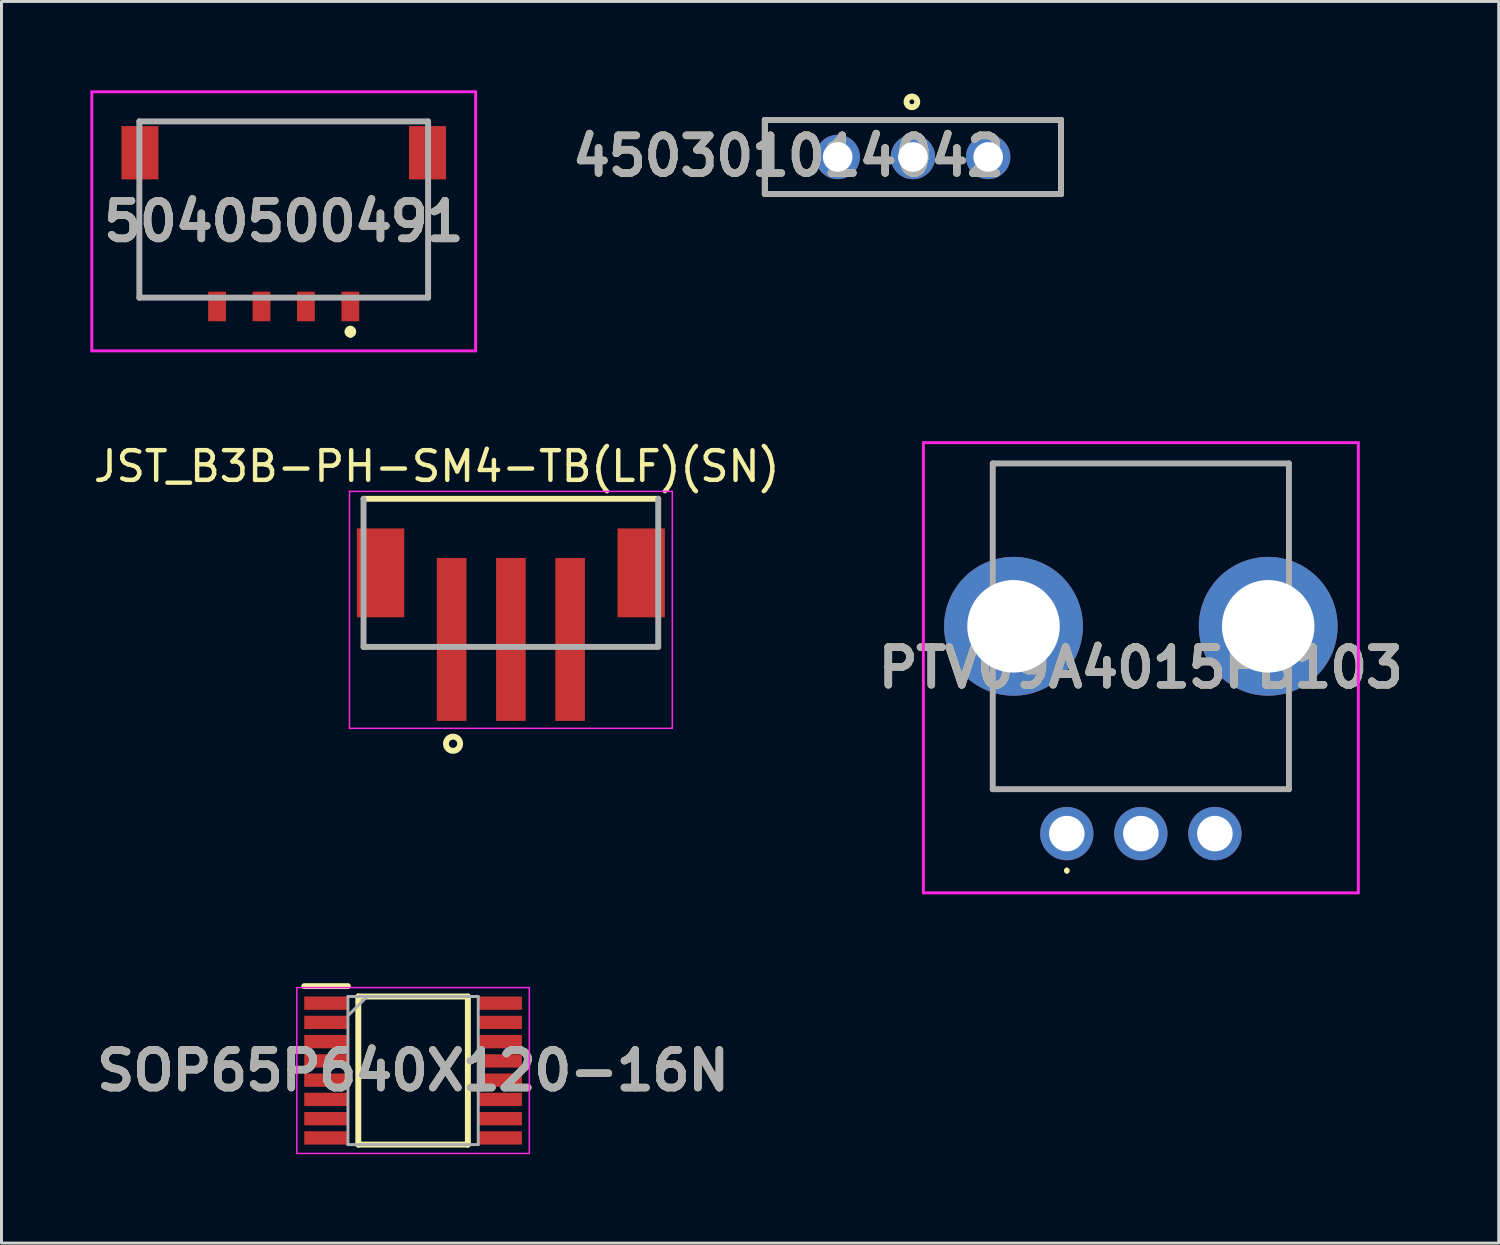
<source format=kicad_pcb>
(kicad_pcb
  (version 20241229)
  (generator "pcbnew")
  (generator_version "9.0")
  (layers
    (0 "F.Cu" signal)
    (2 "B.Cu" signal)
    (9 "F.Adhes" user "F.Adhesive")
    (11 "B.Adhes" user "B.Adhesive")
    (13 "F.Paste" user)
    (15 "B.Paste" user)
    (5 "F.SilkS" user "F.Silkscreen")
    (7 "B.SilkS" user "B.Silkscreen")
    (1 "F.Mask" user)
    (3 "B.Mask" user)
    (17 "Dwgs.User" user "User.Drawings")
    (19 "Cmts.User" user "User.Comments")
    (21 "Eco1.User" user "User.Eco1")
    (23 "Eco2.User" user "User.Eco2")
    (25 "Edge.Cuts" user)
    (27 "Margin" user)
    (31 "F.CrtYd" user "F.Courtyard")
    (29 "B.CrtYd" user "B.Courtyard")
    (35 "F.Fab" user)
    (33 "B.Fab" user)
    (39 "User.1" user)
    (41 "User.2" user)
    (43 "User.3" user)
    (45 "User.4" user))
  (footprint "SOP65P640X120-16N"
    (layer "F.Cu")
    (at 10.898 33.097)
    (property "Reference" "SOP65P640X120-16N" (at 0 0 0) (layer "F.SilkS") (effects (font (size 1.27 1.27) (thickness 0.254))))
    (attr smd)
    (fp_line (start -3.675 -2.85) (end -2.2 -2.85) (stroke (width 0.2) (type solid)) (layer "F.SilkS"))
    (fp_line (start -1.85 -2.5) (end 1.85 -2.5) (stroke (width 0.2) (type solid)) (layer "F.SilkS"))
    (fp_line (start -1.85 2.5) (end -1.85 -2.5) (stroke (width 0.2) (type solid)) (layer "F.SilkS"))
    (fp_line (start 1.85 -2.5) (end 1.85 2.5) (stroke (width 0.2) (type solid)) (layer "F.SilkS"))
    (fp_line (start 1.85 2.5) (end -1.85 2.5) (stroke (width 0.2) (type solid)) (layer "F.SilkS"))
    (fp_line (start -3.925 -2.8) (end 3.925 -2.8) (stroke (width 0.05) (type solid)) (layer "F.CrtYd"))
    (fp_line (start -3.925 2.8) (end -3.925 -2.8) (stroke (width 0.05) (type solid)) (layer "F.CrtYd"))
    (fp_line (start 3.925 -2.8) (end 3.925 2.8) (stroke (width 0.05) (type solid)) (layer "F.CrtYd"))
    (fp_line (start 3.925 2.8) (end -3.925 2.8) (stroke (width 0.05) (type solid)) (layer "F.CrtYd"))
    (fp_line (start -2.2 -2.5) (end 2.2 -2.5) (stroke (width 0.1) (type solid)) (layer "F.Fab"))
    (fp_line (start -2.2 -1.85) (end -1.55 -2.5) (stroke (width 0.1) (type solid)) (layer "F.Fab"))
    (fp_line (start -2.2 2.5) (end -2.2 -2.5) (stroke (width 0.1) (type solid)) (layer "F.Fab"))
    (fp_line (start 2.2 -2.5) (end 2.2 2.5) (stroke (width 0.1) (type solid)) (layer "F.Fab"))
    (fp_line (start 2.2 2.5) (end -2.2 2.5) (stroke (width 0.1) (type solid)) (layer "F.Fab"))
    (fp_text user "${REFERENCE}" (at 0 0 0) (layer "F.Fab") (effects (font (size 1.27 1.27) (thickness 0.254))))
    (pad "1" smd rect (at -2.938 -2.275 90) (size 0.45 1.475) (layers "F.Cu" "F.Mask" "F.Paste"))
    (pad "2" smd rect (at -2.938 -1.625 90) (size 0.45 1.475) (layers "F.Cu" "F.Mask" "F.Paste"))
    (pad "3" smd rect (at -2.938 -0.975 90) (size 0.45 1.475) (layers "F.Cu" "F.Mask" "F.Paste"))
    (pad "4" smd rect (at -2.938 -0.325 90) (size 0.45 1.475) (layers "F.Cu" "F.Mask" "F.Paste"))
    (pad "5" smd rect (at -2.938 0.325 90) (size 0.45 1.475) (layers "F.Cu" "F.Mask" "F.Paste"))
    (pad "6" smd rect (at -2.938 0.975 90) (size 0.45 1.475) (layers "F.Cu" "F.Mask" "F.Paste"))
    (pad "7" smd rect (at -2.938 1.625 90) (size 0.45 1.475) (layers "F.Cu" "F.Mask" "F.Paste"))
    (pad "8" smd rect (at -2.938 2.275 90) (size 0.45 1.475) (layers "F.Cu" "F.Mask" "F.Paste"))
    (pad "9" smd rect (at 2.938 2.275 90) (size 0.45 1.475) (layers "F.Cu" "F.Mask" "F.Paste"))
    (pad "10" smd rect (at 2.938 1.625 90) (size 0.45 1.475) (layers "F.Cu" "F.Mask" "F.Paste"))
    (pad "11" smd rect (at 2.938 0.975 90) (size 0.45 1.475) (layers "F.Cu" "F.Mask" "F.Paste"))
    (pad "12" smd rect (at 2.938 0.325 90) (size 0.45 1.475) (layers "F.Cu" "F.Mask" "F.Paste"))
    (pad "13" smd rect (at 2.938 -0.325 90) (size 0.45 1.475) (layers "F.Cu" "F.Mask" "F.Paste"))
    (pad "14" smd rect (at 2.938 -0.975 90) (size 0.45 1.475) (layers "F.Cu" "F.Mask" "F.Paste"))
    (pad "15" smd rect (at 2.938 -1.625 90) (size 0.45 1.475) (layers "F.Cu" "F.Mask" "F.Paste"))
    (pad "16" smd rect (at 2.938 -2.275 90) (size 0.45 1.475) (layers "F.Cu" "F.Mask" "F.Paste")))
  (footprint "JST_B3B-PH-SM4-TB(LF)(SN)"
    (layer "F.Cu")
    (at 14.2 16.292)
    (property "Reference" "JST_B3B-PH-SM4-TB(LF)(SN)" (at -2.506 -3.596 0) (layer "F.SilkS") (effects (font (size 1.002 1.002) (thickness 0.15))))
    (attr through_hole)
    (fp_line (start -4.975 -2.5) (end 4.975 -2.5) (stroke (width 0.2) (type solid)) (layer "F.SilkS"))
    (fp_circle (center -1.953 5.77) (end -1.713 5.77) (stroke (width 0.2) (type solid)) (fill no) (layer "F.SilkS"))
    (fp_line (start -5.45 -2.75) (end 5.45 -2.75) (stroke (width 0.05) (type solid)) (layer "F.CrtYd"))
    (fp_line (start -5.45 5.25) (end -5.45 -2.75) (stroke (width 0.05) (type solid)) (layer "F.CrtYd"))
    (fp_line (start 5.45 -2.75) (end 5.45 5.25) (stroke (width 0.05) (type solid)) (layer "F.CrtYd"))
    (fp_line (start 5.45 5.25) (end -5.45 5.25) (stroke (width 0.05) (type solid)) (layer "F.CrtYd"))
    (fp_line (start -4.975 2.5) (end -4.975 -2.5) (stroke (width 0.2) (type solid)) (layer "F.Fab"))
    (fp_line (start 4.975 -2.5) (end 4.975 2.5) (stroke (width 0.2) (type solid)) (layer "F.Fab"))
    (fp_line (start 4.975 2.5) (end -4.975 2.5) (stroke (width 0.2) (type solid)) (layer "F.Fab"))
    (pad "1" smd rect (at -2 2.25) (size 1 5.5) (layers "F.Cu" "F.Mask" "F.Paste"))
    (pad "2" smd rect (at 0 2.25) (size 1 5.5) (layers "F.Cu" "F.Mask" "F.Paste"))
    (pad "3" smd rect (at 2 2.25) (size 1 5.5) (layers "F.Cu" "F.Mask" "F.Paste"))
    (pad "4" smd rect (at 4.4 0) (size 1.6 3) (layers "F.Cu" "F.Mask" "F.Paste"))
    (pad "5" smd rect (at -4.4 0) (size 1.6 3) (layers "F.Cu" "F.Mask" "F.Paste")))
  (footprint "450301014042"
    (layer "F.Cu")
    (at 29.775 0.25)
    (property "Reference" "450301014042" (at -6.204 1.967 0) (layer "F.SilkS") (effects (font (size 1.27 1.27) (thickness 0.254))))
    (attr through_hole)
    (fp_line (start -7 0.75) (end 3 0.75) (stroke (width 0.2) (type solid)) (layer "F.SilkS"))
    (fp_line (start -7 3.25) (end -7 0.75) (stroke (width 0.2) (type solid)) (layer "F.SilkS"))
    (fp_line (start 3 0.75) (end 3 3.25) (stroke (width 0.2) (type solid)) (layer "F.SilkS"))
    (fp_line (start 3 3.25) (end -7 3.25) (stroke (width 0.2) (type solid)) (layer "F.SilkS"))
    (fp_circle (center -2.035 0.138) (end -2.035 0.319) (stroke (width 0.2) (type solid)) (fill no) (layer "F.SilkS"))
    (fp_line (start -7 0.75) (end 3 0.75) (stroke (width 0.2) (type solid)) (layer "F.Fab"))
    (fp_line (start -7 3.25) (end -7 0.75) (stroke (width 0.2) (type solid)) (layer "F.Fab"))
    (fp_line (start 3 0.75) (end 3 3.25) (stroke (width 0.2) (type solid)) (layer "F.Fab"))
    (fp_line (start 3 3.25) (end -7 3.25) (stroke (width 0.2) (type solid)) (layer "F.Fab"))
    (fp_text user "${REFERENCE}" (at -6.204 1.967 0) (layer "F.Fab") (effects (font (size 1.27 1.27) (thickness 0.254))))
    (pad "1" thru_hole circle (at -2 2) (size 1.5 1.5) (drill 1) (layers "*.Cu" "*.Mask"))
    (pad "2" thru_hole circle (at -4.54 2) (size 1.5 1.5) (drill 1) (layers "*.Cu" "*.Mask"))
    (pad "3" thru_hole circle (at 0.54 2) (size 1.5 1.5) (drill 1) (layers "*.Cu" "*.Mask")))
  (footprint "PTV09A4015FB103"
    (layer "F.Cu")
    (at 32.971 25.097)
    (property "Reference" "PTV09A4015FB103" (at 2.5 -5.6 0) (layer "F.SilkS") (effects (font (size 1.27 1.27) (thickness 0.254))))
    (attr through_hole)
    (fp_line (start -2.5 -12.5) (end 7.5 -12.5) (stroke (width 0.1) (type solid)) (layer "F.SilkS"))
    (fp_line (start -2.5 -10) (end -2.5 -12.5) (stroke (width 0.1) (type solid)) (layer "F.SilkS"))
    (fp_line (start -2.5 -4) (end -2.5 -1.5) (stroke (width 0.1) (type solid)) (layer "F.SilkS"))
    (fp_line (start -2.5 -1.5) (end 7.5 -1.5) (stroke (width 0.1) (type solid)) (layer "F.SilkS"))
    (fp_line (start 0 1.2) (end 0 1.2) (stroke (width 0.1) (type solid)) (layer "F.SilkS"))
    (fp_line (start 0 1.3) (end 0 1.3) (stroke (width 0.1) (type solid)) (layer "F.SilkS"))
    (fp_line (start 7.5 -12.5) (end 7.5 -10) (stroke (width 0.1) (type solid)) (layer "F.SilkS"))
    (fp_line (start 7.5 -1.5) (end 7.5 -4) (stroke (width 0.1) (type solid)) (layer "F.SilkS"))
    (fp_arc (start 0 1.2) (mid 0.05 1.25) (end 0 1.3) (stroke (width 0.1) (type solid)) (layer "F.SilkS"))
    (fp_arc (start 0 1.3) (mid -0.05 1.25) (end 0 1.2) (stroke (width 0.1) (type solid)) (layer "F.SilkS"))
    (fp_line (start -4.843 -13.2) (end 9.843 -13.2) (stroke (width 0.1) (type solid)) (layer "F.CrtYd"))
    (fp_line (start -4.843 2) (end -4.843 -13.2) (stroke (width 0.1) (type solid)) (layer "F.CrtYd"))
    (fp_line (start 9.843 -13.2) (end 9.843 2) (stroke (width 0.1) (type solid)) (layer "F.CrtYd"))
    (fp_line (start 9.843 2) (end -4.843 2) (stroke (width 0.1) (type solid)) (layer "F.CrtYd"))
    (fp_line (start -2.5 -12.5) (end 7.5 -12.5) (stroke (width 0.2) (type solid)) (layer "F.Fab"))
    (fp_line (start -2.5 -1.5) (end -2.5 -12.5) (stroke (width 0.2) (type solid)) (layer "F.Fab"))
    (fp_line (start 7.5 -12.5) (end 7.5 -1.5) (stroke (width 0.2) (type solid)) (layer "F.Fab"))
    (fp_line (start 7.5 -1.5) (end -2.5 -1.5) (stroke (width 0.2) (type solid)) (layer "F.Fab"))
    (fp_text user "${REFERENCE}" (at 2.5 -5.6 0) (layer "F.Fab") (effects (font (size 1.27 1.27) (thickness 0.254))))
    (pad "1" thru_hole circle (at 0 0) (size 1.8 1.8) (drill 1.2) (layers "*.Cu" "*.Mask"))
    (pad "2" thru_hole circle (at 2.5 0) (size 1.8 1.8) (drill 1.2) (layers "*.Cu" "*.Mask"))
    (pad "3" thru_hole circle (at 5 0) (size 1.8 1.8) (drill 1.2) (layers "*.Cu" "*.Mask"))
    (pad "MH1" thru_hole circle (at -1.8 -7) (size 4.686 4.686) (drill 3.124) (layers "*.Cu" "*.Mask"))
    (pad "MH2" thru_hole circle (at 6.8 -7) (size 4.686 4.686) (drill 3.124) (layers "*.Cu" "*.Mask")))
  (footprint "5040500491"
    (layer "F.Cu")
    (at 6.53 4.05)
    (property "Reference" "5040500491" (at 0 0.374 0) (layer "F.SilkS") (effects (font (size 1.27 1.27) (thickness 0.254))))
    (attr smd)
    (fp_line (start -4.875 -0.647) (end -4.855 2.95) (stroke (width 0.1) (type solid)) (layer "F.SilkS"))
    (fp_line (start -4.855 2.95) (end -3.5 2.95) (stroke (width 0.1) (type solid)) (layer "F.SilkS"))
    (fp_line (start -3.5 -3) (end 3.5 -3) (stroke (width 0.1) (type solid)) (layer "F.SilkS"))
    (fp_line (start 2.25 4) (end 2.25 4) (stroke (width 0.2) (type solid)) (layer "F.SilkS"))
    (fp_line (start 2.25 4.2) (end 2.25 4.2) (stroke (width 0.2) (type solid)) (layer "F.SilkS"))
    (fp_line (start 4.855 2.95) (end 3.5 2.95) (stroke (width 0.1) (type solid)) (layer "F.SilkS"))
    (fp_line (start 4.875 -0.647) (end 4.855 2.95) (stroke (width 0.1) (type solid)) (layer "F.SilkS"))
    (fp_arc (start 2.25 4) (mid 2.35 4.1) (end 2.25 4.2) (stroke (width 0.2) (type solid)) (layer "F.SilkS"))
    (fp_arc (start 2.25 4.2) (mid 2.15 4.1) (end 2.25 4) (stroke (width 0.2) (type solid)) (layer "F.SilkS"))
    (fp_line (start -6.48 -4) (end 6.48 -4) (stroke (width 0.1) (type solid)) (layer "F.CrtYd"))
    (fp_line (start -6.48 4.747) (end -6.48 -4) (stroke (width 0.1) (type solid)) (layer "F.CrtYd"))
    (fp_line (start 6.48 -4) (end 6.48 4.747) (stroke (width 0.1) (type solid)) (layer "F.CrtYd"))
    (fp_line (start 6.48 4.747) (end -6.48 4.747) (stroke (width 0.1) (type solid)) (layer "F.CrtYd"))
    (fp_line (start -4.875 -3) (end 4.875 -3) (stroke (width 0.2) (type solid)) (layer "F.Fab"))
    (fp_line (start -4.875 2.95) (end -4.875 -3) (stroke (width 0.2) (type solid)) (layer "F.Fab"))
    (fp_line (start 4.875 -3) (end 4.875 2.95) (stroke (width 0.2) (type solid)) (layer "F.Fab"))
    (fp_line (start 4.875 2.95) (end -4.875 2.95) (stroke (width 0.2) (type solid)) (layer "F.Fab"))
    (fp_text user "${REFERENCE}" (at 0 0.374 0) (layer "F.Fab") (effects (font (size 1.27 1.27) (thickness 0.254))))
    (pad "1" smd rect (at 2.25 3.247) (size 0.6 1) (layers "F.Cu" "F.Mask" "F.Paste"))
    (pad "2" smd rect (at 0.75 3.247) (size 0.6 1) (layers "F.Cu" "F.Mask" "F.Paste"))
    (pad "3" smd rect (at -0.75 3.247) (size 0.6 1) (layers "F.Cu" "F.Mask" "F.Paste"))
    (pad "4" smd rect (at -2.25 3.247) (size 0.6 1) (layers "F.Cu" "F.Mask" "F.Paste"))
    (pad "MP1" smd rect (at 4.855 -1.943) (size 1.25 1.8) (layers "F.Cu" "F.Mask" "F.Paste"))
    (pad "MP2" smd rect (at -4.855 -1.943) (size 1.25 1.8) (layers "F.Cu" "F.Mask" "F.Paste")))
  (gr_rect
    (start -3 -3)
    (end 47.555 38.922)
    (stroke (width 0.1) (type default))
    (fill no)
    (layer "Edge.Cuts")))
</source>
